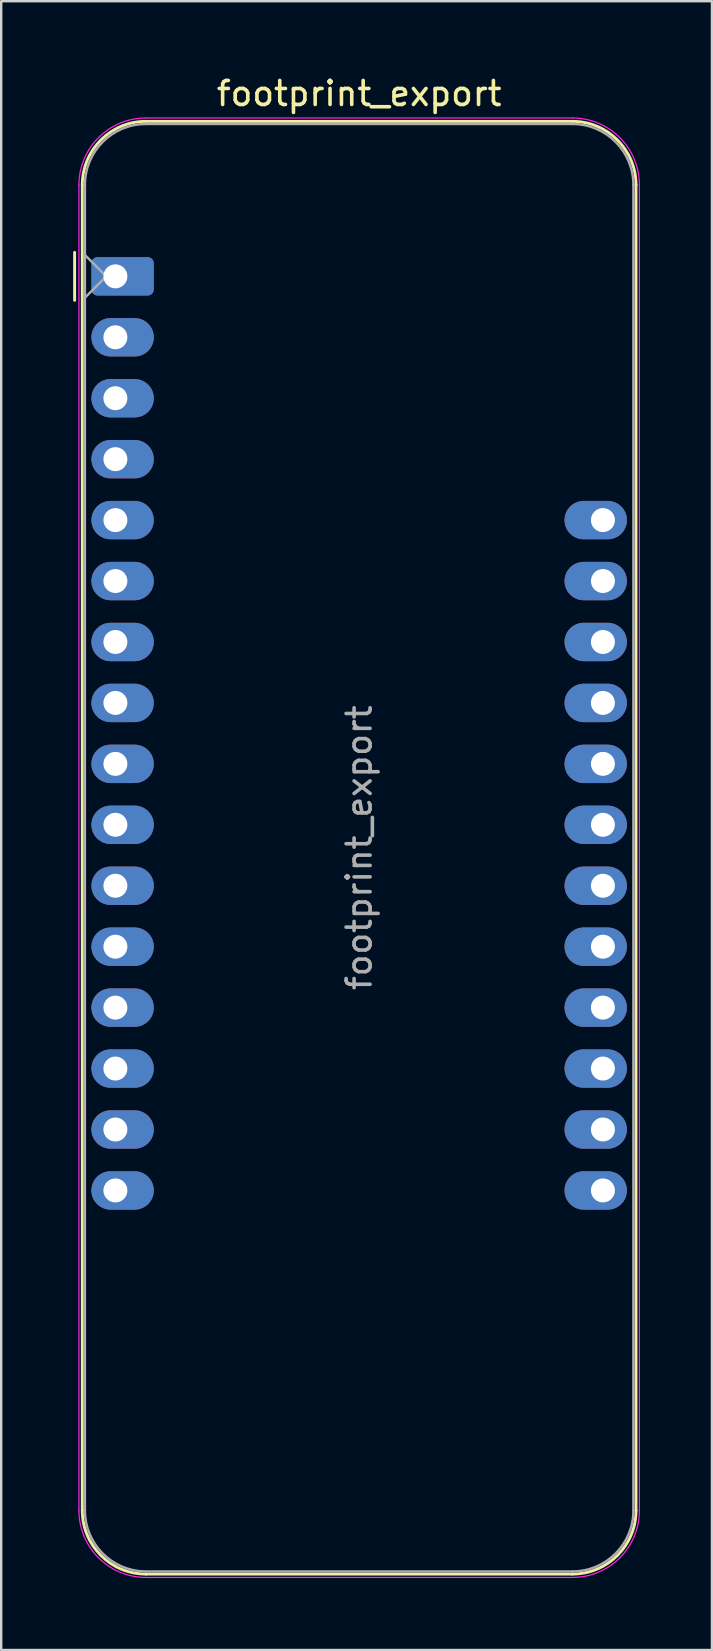
<source format=kicad_pcb>
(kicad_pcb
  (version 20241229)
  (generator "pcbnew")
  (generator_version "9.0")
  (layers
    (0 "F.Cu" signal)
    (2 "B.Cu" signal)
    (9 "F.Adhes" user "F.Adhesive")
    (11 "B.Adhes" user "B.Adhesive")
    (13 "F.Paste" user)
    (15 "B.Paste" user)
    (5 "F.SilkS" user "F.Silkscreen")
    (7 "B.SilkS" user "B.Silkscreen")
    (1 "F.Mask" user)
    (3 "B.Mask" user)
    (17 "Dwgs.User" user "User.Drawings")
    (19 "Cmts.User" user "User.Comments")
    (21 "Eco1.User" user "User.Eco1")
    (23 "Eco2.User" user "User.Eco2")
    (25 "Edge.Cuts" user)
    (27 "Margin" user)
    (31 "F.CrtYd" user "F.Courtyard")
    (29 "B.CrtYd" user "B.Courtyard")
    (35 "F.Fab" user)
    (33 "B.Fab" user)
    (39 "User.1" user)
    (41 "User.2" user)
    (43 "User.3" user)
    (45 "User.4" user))
  (footprint "footprint_export"
    (layer "F.Cu")
    (at 1.76 8.468)
    (property "Reference" "footprint_export" (at 10.16 -7.62 0) (layer "F.SilkS") (effects (font (size 1 1) (thickness 0.15))))
    (attr through_hole)
    (fp_line (start -1.7 1) (end -1.7 -1) (stroke (width 0.12) (type solid)) (layer "F.SilkS"))
    (fp_line (start -1.38 -3.81) (end -1.38 51.44) (stroke (width 0.12) (type solid)) (layer "F.SilkS"))
    (fp_line (start 19.05 -6.46) (end 1.27 -6.46) (stroke (width 0.12) (type solid)) (layer "F.SilkS"))
    (fp_line (start 19.05 54.09) (end 1.27 54.09) (stroke (width 0.12) (type solid)) (layer "F.SilkS"))
    (fp_line (start 21.7 -3.81) (end 21.7 51.44) (stroke (width 0.12) (type solid)) (layer "F.SilkS"))
    (fp_arc (start -1.38 -3.81) (mid -0.603833 -5.683833) (end 1.27 -6.46) (stroke (width 0.12) (type solid)) (layer "F.SilkS"))
    (fp_arc (start 1.27 54.09) (mid -0.603833 53.313833) (end -1.38 51.44) (stroke (width 0.12) (type solid)) (layer "F.SilkS"))
    (fp_arc (start 19.05 -6.46) (mid 20.923833 -5.683833) (end 21.7 -3.81) (stroke (width 0.12) (type solid)) (layer "F.SilkS"))
    (fp_arc (start 21.7 51.44) (mid 20.923833 53.313833) (end 19.05 54.09) (stroke (width 0.12) (type solid)) (layer "F.SilkS"))
    (fp_line (start -1.52 51.44) (end -1.52 -3.81) (stroke (width 0.05) (type solid)) (layer "F.CrtYd"))
    (fp_line (start 19.05 -6.6) (end 1.27 -6.6) (stroke (width 0.05) (type solid)) (layer "F.CrtYd"))
    (fp_line (start 19.05 54.23) (end 1.27 54.23) (stroke (width 0.05) (type solid)) (layer "F.CrtYd"))
    (fp_line (start 21.84 51.44) (end 21.84 -3.81) (stroke (width 0.05) (type solid)) (layer "F.CrtYd"))
    (fp_arc (start -1.52 -3.81) (mid -0.702828 -5.782828) (end 1.27 -6.6) (stroke (width 0.05) (type solid)) (layer "F.CrtYd"))
    (fp_arc (start 1.27 54.23) (mid -0.702828 53.412828) (end -1.52 51.44) (stroke (width 0.05) (type solid)) (layer "F.CrtYd"))
    (fp_arc (start 19.05 -6.6) (mid 21.022828 -5.782828) (end 21.84 -3.81) (stroke (width 0.05) (type solid)) (layer "F.CrtYd"))
    (fp_arc (start 21.84 51.44) (mid 21.022828 53.412828) (end 19.05 54.23) (stroke (width 0.05) (type solid)) (layer "F.CrtYd"))
    (fp_line (start -1.27 -3.81) (end -1.27 51.44) (stroke (width 0.1) (type solid)) (layer "F.Fab"))
    (fp_line (start -1.27 -0.889) (end -0.381 0) (stroke (width 0.1) (type solid)) (layer "F.Fab"))
    (fp_line (start -0.381 0) (end -1.27 0.889) (stroke (width 0.1) (type solid)) (layer "F.Fab"))
    (fp_line (start 1.27 53.98) (end 19.05 53.98) (stroke (width 0.1) (type solid)) (layer "F.Fab"))
    (fp_line (start 19.05 -6.35) (end 1.27 -6.35) (stroke (width 0.1) (type solid)) (layer "F.Fab"))
    (fp_line (start 21.59 51.44) (end 21.59 -3.81) (stroke (width 0.1) (type solid)) (layer "F.Fab"))
    (fp_arc (start -1.27 -3.81) (mid -0.526051 -5.606051) (end 1.27 -6.35) (stroke (width 0.1) (type solid)) (layer "F.Fab"))
    (fp_arc (start 1.221238 53.979532) (mid -0.543209 53.218728) (end -1.27 51.44) (stroke (width 0.1) (type solid)) (layer "F.Fab"))
    (fp_arc (start 19.05 -6.35) (mid 20.846051 -5.606051) (end 21.59 -3.81) (stroke (width 0.1) (type solid)) (layer "F.Fab"))
    (fp_arc (start 21.59 51.44) (mid 20.846051 53.236051) (end 19.05 53.98) (stroke (width 0.1) (type solid)) (layer "F.Fab"))
    (fp_text user "${REFERENCE}" (at 10.16 23.815 270) (layer "F.Fab") (effects (font (size 1 1) (thickness 0.15))))
    (pad "1" thru_hole roundrect (at 0 0) (size 2.6 1.6) (drill 1 (offset 0.3 0)) (layers "*.Cu" "*.Mask") (roundrect_rratio 0.156))
    (pad "2" thru_hole oval (at 0 2.54) (size 2.6 1.6) (drill 1 (offset 0.3 0)) (layers "*.Cu" "*.Mask"))
    (pad "3" thru_hole oval (at 0 5.08) (size 2.6 1.6) (drill 1 (offset 0.3 0)) (layers "*.Cu" "*.Mask"))
    (pad "4" thru_hole oval (at 0 7.62) (size 2.6 1.6) (drill 1 (offset 0.3 0)) (layers "*.Cu" "*.Mask"))
    (pad "5" thru_hole oval (at 0 10.16) (size 2.6 1.6) (drill 1 (offset 0.3 0)) (layers "*.Cu" "*.Mask"))
    (pad "6" thru_hole oval (at 0 12.7) (size 2.6 1.6) (drill 1 (offset 0.3 0)) (layers "*.Cu" "*.Mask"))
    (pad "7" thru_hole oval (at 0 15.24) (size 2.6 1.6) (drill 1 (offset 0.3 0)) (layers "*.Cu" "*.Mask"))
    (pad "8" thru_hole oval (at 0 17.78) (size 2.6 1.6) (drill 1 (offset 0.3 0)) (layers "*.Cu" "*.Mask"))
    (pad "9" thru_hole oval (at 0 20.32) (size 2.6 1.6) (drill 1 (offset 0.3 0)) (layers "*.Cu" "*.Mask"))
    (pad "10" thru_hole oval (at 0 22.86) (size 2.6 1.6) (drill 1 (offset 0.3 0)) (layers "*.Cu" "*.Mask"))
    (pad "11" thru_hole oval (at 0 25.4) (size 2.6 1.6) (drill 1 (offset 0.3 0)) (layers "*.Cu" "*.Mask"))
    (pad "12" thru_hole oval (at 0 27.94) (size 2.6 1.6) (drill 1 (offset 0.3 0)) (layers "*.Cu" "*.Mask"))
    (pad "13" thru_hole oval (at 0 30.48) (size 2.6 1.6) (drill 1 (offset 0.3 0)) (layers "*.Cu" "*.Mask"))
    (pad "14" thru_hole oval (at 0 33.02) (size 2.6 1.6) (drill 1 (offset 0.3 0)) (layers "*.Cu" "*.Mask"))
    (pad "15" thru_hole oval (at 0 35.56) (size 2.6 1.6) (drill 1 (offset 0.3 0)) (layers "*.Cu" "*.Mask"))
    (pad "16" thru_hole oval (at 0 38.1) (size 2.6 1.6) (drill 1 (offset 0.3 0)) (layers "*.Cu" "*.Mask"))
    (pad "17" thru_hole oval (at 20.32 38.1 180) (size 2.6 1.6) (drill 1 (offset 0.3 0)) (layers "*.Cu" "*.Mask"))
    (pad "18" thru_hole oval (at 20.32 35.56 180) (size 2.6 1.6) (drill 1 (offset 0.3 0)) (layers "*.Cu" "*.Mask"))
    (pad "19" thru_hole oval (at 20.32 33.02 180) (size 2.6 1.6) (drill 1 (offset 0.3 0)) (layers "*.Cu" "*.Mask"))
    (pad "20" thru_hole oval (at 20.32 30.48 180) (size 2.6 1.6) (drill 1 (offset 0.3 0)) (layers "*.Cu" "*.Mask"))
    (pad "21" thru_hole oval (at 20.32 27.94 180) (size 2.6 1.6) (drill 1 (offset 0.3 0)) (layers "*.Cu" "*.Mask"))
    (pad "22" thru_hole oval (at 20.32 25.4 180) (size 2.6 1.6) (drill 1 (offset 0.3 0)) (layers "*.Cu" "*.Mask"))
    (pad "23" thru_hole oval (at 20.32 22.86 180) (size 2.6 1.6) (drill 1 (offset 0.3 0)) (layers "*.Cu" "*.Mask"))
    (pad "24" thru_hole oval (at 20.32 20.32 180) (size 2.6 1.6) (drill 1 (offset 0.3 0)) (layers "*.Cu" "*.Mask"))
    (pad "25" thru_hole oval (at 20.32 17.78 180) (size 2.6 1.6) (drill 1 (offset 0.3 0)) (layers "*.Cu" "*.Mask"))
    (pad "26" thru_hole oval (at 20.32 15.24 180) (size 2.6 1.6) (drill 1 (offset 0.3 0)) (layers "*.Cu" "*.Mask"))
    (pad "27" thru_hole oval (at 20.32 12.7 180) (size 2.6 1.6) (drill 1 (offset 0.3 0)) (layers "*.Cu" "*.Mask"))
    (pad "28" thru_hole oval (at 20.32 10.16 180) (size 2.6 1.6) (drill 1 (offset 0.3 0)) (layers "*.Cu" "*.Mask")))
  (gr_rect
    (start -3 -3)
    (end 26.625 65.723)
    (stroke (width 0.1) (type default))
    (fill no)
    (layer "Edge.Cuts")))
</source>
